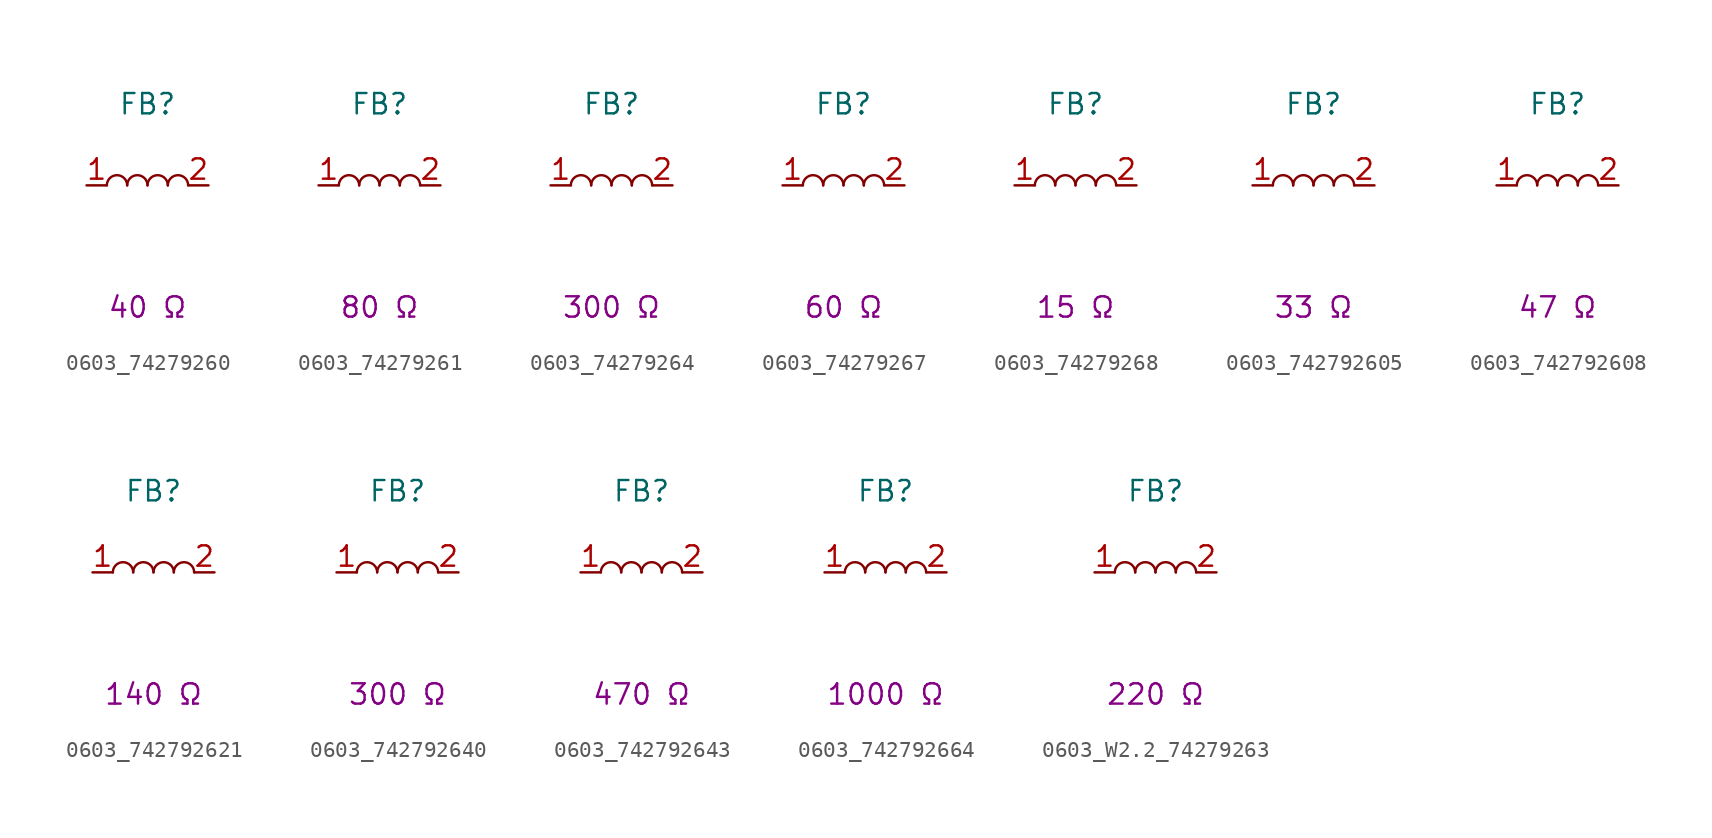
<source format=kicad_sym>
(kicad_symbol_lib
  (version 20220914)
  (generator kicad_symbol_editor)
  (symbol "0603_74279260"
    (pin_names hide)
    (property "Reference" "FB"
      (at 0 5.08 0)
      (effects (font (size 1.27 1.27))))
    (property "Critical Parameter" "40 Ω"
      (at 0 -7.62 0)
      (effects (font (size 1.27 1.27))))
    (symbol "0603_74279260_0_1"
      (arc (start -1.27 0) (mid -1.905 0.6323) (end -2.54 0) (stroke (width 0) (type default)) (fill (type none)))
      (arc (start 0 0) (mid -0.635 0.6323) (end -1.27 0) (stroke (width 0) (type default)) (fill (type none)))
      (arc (start 1.27 0) (mid 0.635 0.6323) (end 0 0) (stroke (width 0) (type default)) (fill (type none)))
      (arc (start 2.54 0) (mid 1.905 0.6323) (end 1.27 0) (stroke (width 0) (type default)) (fill (type none))))
    (symbol "0603_74279260_1_1"
      (pin passive line (at -3.81 0 0) (length 1.27) (name "1" (effects (font (size 1.27 1.27)))) (number "1" (effects (font (size 1.27 1.27)))))
      (pin passive line (at 3.81 0 180) (length 1.27) (name "2" (effects (font (size 1.27 1.27)))) (number "2" (effects (font (size 1.27 1.27)))))))
  (symbol "0603_74279261"
    (pin_names hide)
    (property "Reference" "FB"
      (at 0 5.08 0)
      (effects (font (size 1.27 1.27))))
    (property "Critical Parameter" "80 Ω"
      (at 0 -7.62 0)
      (effects (font (size 1.27 1.27))))
    (symbol "0603_74279261_0_1"
      (arc (start -1.27 0) (mid -1.905 0.6323) (end -2.54 0) (stroke (width 0) (type default)) (fill (type none)))
      (arc (start 0 0) (mid -0.635 0.6323) (end -1.27 0) (stroke (width 0) (type default)) (fill (type none)))
      (arc (start 1.27 0) (mid 0.635 0.6323) (end 0 0) (stroke (width 0) (type default)) (fill (type none)))
      (arc (start 2.54 0) (mid 1.905 0.6323) (end 1.27 0) (stroke (width 0) (type default)) (fill (type none))))
    (symbol "0603_74279261_1_1"
      (pin passive line (at -3.81 0 0) (length 1.27) (name "1" (effects (font (size 1.27 1.27)))) (number "1" (effects (font (size 1.27 1.27)))))
      (pin passive line (at 3.81 0 180) (length 1.27) (name "2" (effects (font (size 1.27 1.27)))) (number "2" (effects (font (size 1.27 1.27)))))))
  (symbol "0603_74279264"
    (pin_names hide)
    (property "Reference" "FB"
      (at 0 5.08 0)
      (effects (font (size 1.27 1.27))))
    (property "Critical Parameter" "300 Ω"
      (at 0 -7.62 0)
      (effects (font (size 1.27 1.27))))
    (symbol "0603_74279264_0_1"
      (arc (start -1.27 0) (mid -1.905 0.6323) (end -2.54 0) (stroke (width 0) (type default)) (fill (type none)))
      (arc (start 0 0) (mid -0.635 0.6323) (end -1.27 0) (stroke (width 0) (type default)) (fill (type none)))
      (arc (start 1.27 0) (mid 0.635 0.6323) (end 0 0) (stroke (width 0) (type default)) (fill (type none)))
      (arc (start 2.54 0) (mid 1.905 0.6323) (end 1.27 0) (stroke (width 0) (type default)) (fill (type none))))
    (symbol "0603_74279264_1_1"
      (pin passive line (at -3.81 0 0) (length 1.27) (name "1" (effects (font (size 1.27 1.27)))) (number "1" (effects (font (size 1.27 1.27)))))
      (pin passive line (at 3.81 0 180) (length 1.27) (name "2" (effects (font (size 1.27 1.27)))) (number "2" (effects (font (size 1.27 1.27)))))))
  (symbol "0603_74279267"
    (pin_names hide)
    (property "Reference" "FB"
      (at 0 5.08 0)
      (effects (font (size 1.27 1.27))))
    (property "Critical Parameter" "60 Ω"
      (at 0 -7.62 0)
      (effects (font (size 1.27 1.27))))
    (symbol "0603_74279267_0_1"
      (arc (start -1.27 0) (mid -1.905 0.6323) (end -2.54 0) (stroke (width 0) (type default)) (fill (type none)))
      (arc (start 0 0) (mid -0.635 0.6323) (end -1.27 0) (stroke (width 0) (type default)) (fill (type none)))
      (arc (start 1.27 0) (mid 0.635 0.6323) (end 0 0) (stroke (width 0) (type default)) (fill (type none)))
      (arc (start 2.54 0) (mid 1.905 0.6323) (end 1.27 0) (stroke (width 0) (type default)) (fill (type none))))
    (symbol "0603_74279267_1_1"
      (pin passive line (at -3.81 0 0) (length 1.27) (name "1" (effects (font (size 1.27 1.27)))) (number "1" (effects (font (size 1.27 1.27)))))
      (pin passive line (at 3.81 0 180) (length 1.27) (name "2" (effects (font (size 1.27 1.27)))) (number "2" (effects (font (size 1.27 1.27)))))))
  (symbol "0603_74279268"
    (pin_names hide)
    (property "Reference" "FB"
      (at 0 5.08 0)
      (effects (font (size 1.27 1.27))))
    (property "Critical Parameter" "15 Ω"
      (at 0 -7.62 0)
      (effects (font (size 1.27 1.27))))
    (symbol "0603_74279268_0_1"
      (arc (start -1.27 0) (mid -1.905 0.6323) (end -2.54 0) (stroke (width 0) (type default)) (fill (type none)))
      (arc (start 0 0) (mid -0.635 0.6323) (end -1.27 0) (stroke (width 0) (type default)) (fill (type none)))
      (arc (start 1.27 0) (mid 0.635 0.6323) (end 0 0) (stroke (width 0) (type default)) (fill (type none)))
      (arc (start 2.54 0) (mid 1.905 0.6323) (end 1.27 0) (stroke (width 0) (type default)) (fill (type none))))
    (symbol "0603_74279268_1_1"
      (pin passive line (at -3.81 0 0) (length 1.27) (name "1" (effects (font (size 1.27 1.27)))) (number "1" (effects (font (size 1.27 1.27)))))
      (pin passive line (at 3.81 0 180) (length 1.27) (name "2" (effects (font (size 1.27 1.27)))) (number "2" (effects (font (size 1.27 1.27)))))))
  (symbol "0603_742792605"
    (pin_names hide)
    (property "Reference" "FB"
      (at 0 5.08 0)
      (effects (font (size 1.27 1.27))))
    (property "Critical Parameter" "33 Ω"
      (at 0 -7.62 0)
      (effects (font (size 1.27 1.27))))
    (symbol "0603_742792605_0_1"
      (arc (start -1.27 0) (mid -1.905 0.6323) (end -2.54 0) (stroke (width 0) (type default)) (fill (type none)))
      (arc (start 0 0) (mid -0.635 0.6323) (end -1.27 0) (stroke (width 0) (type default)) (fill (type none)))
      (arc (start 1.27 0) (mid 0.635 0.6323) (end 0 0) (stroke (width 0) (type default)) (fill (type none)))
      (arc (start 2.54 0) (mid 1.905 0.6323) (end 1.27 0) (stroke (width 0) (type default)) (fill (type none))))
    (symbol "0603_742792605_1_1"
      (pin passive line (at -3.81 0 0) (length 1.27) (name "1" (effects (font (size 1.27 1.27)))) (number "1" (effects (font (size 1.27 1.27)))))
      (pin passive line (at 3.81 0 180) (length 1.27) (name "2" (effects (font (size 1.27 1.27)))) (number "2" (effects (font (size 1.27 1.27)))))))
  (symbol "0603_742792608"
    (pin_names hide)
    (property "Reference" "FB"
      (at 0 5.08 0)
      (effects (font (size 1.27 1.27))))
    (property "Critical Parameter" "47 Ω"
      (at 0 -7.62 0)
      (effects (font (size 1.27 1.27))))
    (symbol "0603_742792608_0_1"
      (arc (start -1.27 0) (mid -1.905 0.6323) (end -2.54 0) (stroke (width 0) (type default)) (fill (type none)))
      (arc (start 0 0) (mid -0.635 0.6323) (end -1.27 0) (stroke (width 0) (type default)) (fill (type none)))
      (arc (start 1.27 0) (mid 0.635 0.6323) (end 0 0) (stroke (width 0) (type default)) (fill (type none)))
      (arc (start 2.54 0) (mid 1.905 0.6323) (end 1.27 0) (stroke (width 0) (type default)) (fill (type none))))
    (symbol "0603_742792608_1_1"
      (pin passive line (at -3.81 0 0) (length 1.27) (name "1" (effects (font (size 1.27 1.27)))) (number "1" (effects (font (size 1.27 1.27)))))
      (pin passive line (at 3.81 0 180) (length 1.27) (name "2" (effects (font (size 1.27 1.27)))) (number "2" (effects (font (size 1.27 1.27)))))))
  (symbol "0603_742792621"
    (pin_names hide)
    (property "Reference" "FB"
      (at 0 5.08 0)
      (effects (font (size 1.27 1.27))))
    (property "Critical Parameter" "140 Ω"
      (at 0 -7.62 0)
      (effects (font (size 1.27 1.27))))
    (symbol "0603_742792621_0_1"
      (arc (start -1.27 0) (mid -1.905 0.6323) (end -2.54 0) (stroke (width 0) (type default)) (fill (type none)))
      (arc (start 0 0) (mid -0.635 0.6323) (end -1.27 0) (stroke (width 0) (type default)) (fill (type none)))
      (arc (start 1.27 0) (mid 0.635 0.6323) (end 0 0) (stroke (width 0) (type default)) (fill (type none)))
      (arc (start 2.54 0) (mid 1.905 0.6323) (end 1.27 0) (stroke (width 0) (type default)) (fill (type none))))
    (symbol "0603_742792621_1_1"
      (pin passive line (at -3.81 0 0) (length 1.27) (name "1" (effects (font (size 1.27 1.27)))) (number "1" (effects (font (size 1.27 1.27)))))
      (pin passive line (at 3.81 0 180) (length 1.27) (name "2" (effects (font (size 1.27 1.27)))) (number "2" (effects (font (size 1.27 1.27)))))))
  (symbol "0603_742792640"
    (pin_names hide)
    (property "Reference" "FB"
      (at 0 5.08 0)
      (effects (font (size 1.27 1.27))))
    (property "Critical Parameter" "300 Ω"
      (at 0 -7.62 0)
      (effects (font (size 1.27 1.27))))
    (symbol "0603_742792640_0_1"
      (arc (start -1.27 0) (mid -1.905 0.6323) (end -2.54 0) (stroke (width 0) (type default)) (fill (type none)))
      (arc (start 0 0) (mid -0.635 0.6323) (end -1.27 0) (stroke (width 0) (type default)) (fill (type none)))
      (arc (start 1.27 0) (mid 0.635 0.6323) (end 0 0) (stroke (width 0) (type default)) (fill (type none)))
      (arc (start 2.54 0) (mid 1.905 0.6323) (end 1.27 0) (stroke (width 0) (type default)) (fill (type none))))
    (symbol "0603_742792640_1_1"
      (pin passive line (at -3.81 0 0) (length 1.27) (name "1" (effects (font (size 1.27 1.27)))) (number "1" (effects (font (size 1.27 1.27)))))
      (pin passive line (at 3.81 0 180) (length 1.27) (name "2" (effects (font (size 1.27 1.27)))) (number "2" (effects (font (size 1.27 1.27)))))))
  (symbol "0603_742792643"
    (pin_names hide)
    (property "Reference" "FB"
      (at 0 5.08 0)
      (effects (font (size 1.27 1.27))))
    (property "Critical Parameter" "470 Ω"
      (at 0 -7.62 0)
      (effects (font (size 1.27 1.27))))
    (symbol "0603_742792643_0_1"
      (arc (start -1.27 0) (mid -1.905 0.6323) (end -2.54 0) (stroke (width 0) (type default)) (fill (type none)))
      (arc (start 0 0) (mid -0.635 0.6323) (end -1.27 0) (stroke (width 0) (type default)) (fill (type none)))
      (arc (start 1.27 0) (mid 0.635 0.6323) (end 0 0) (stroke (width 0) (type default)) (fill (type none)))
      (arc (start 2.54 0) (mid 1.905 0.6323) (end 1.27 0) (stroke (width 0) (type default)) (fill (type none))))
    (symbol "0603_742792643_1_1"
      (pin passive line (at -3.81 0 0) (length 1.27) (name "1" (effects (font (size 1.27 1.27)))) (number "1" (effects (font (size 1.27 1.27)))))
      (pin passive line (at 3.81 0 180) (length 1.27) (name "2" (effects (font (size 1.27 1.27)))) (number "2" (effects (font (size 1.27 1.27)))))))
  (symbol "0603_742792664"
    (pin_names hide)
    (property "Reference" "FB"
      (at 0 5.08 0)
      (effects (font (size 1.27 1.27))))
    (property "Critical Parameter" "1000 Ω"
      (at 0 -7.62 0)
      (effects (font (size 1.27 1.27))))
    (symbol "0603_742792664_0_1"
      (arc (start -1.27 0) (mid -1.905 0.6323) (end -2.54 0) (stroke (width 0) (type default)) (fill (type none)))
      (arc (start 0 0) (mid -0.635 0.6323) (end -1.27 0) (stroke (width 0) (type default)) (fill (type none)))
      (arc (start 1.27 0) (mid 0.635 0.6323) (end 0 0) (stroke (width 0) (type default)) (fill (type none)))
      (arc (start 2.54 0) (mid 1.905 0.6323) (end 1.27 0) (stroke (width 0) (type default)) (fill (type none))))
    (symbol "0603_742792664_1_1"
      (pin passive line (at -3.81 0 0) (length 1.27) (name "1" (effects (font (size 1.27 1.27)))) (number "1" (effects (font (size 1.27 1.27)))))
      (pin passive line (at 3.81 0 180) (length 1.27) (name "2" (effects (font (size 1.27 1.27)))) (number "2" (effects (font (size 1.27 1.27)))))))
  (symbol "0603_W2.2_74279263"
    (pin_names hide)
    (property "Reference" "FB"
      (at 0 5.08 0)
      (effects (font (size 1.27 1.27))))
    (property "Critical Parameter" "220 Ω"
      (at 0 -7.62 0)
      (effects (font (size 1.27 1.27))))
    (symbol "0603_W2.2_74279263_0_1"
      (arc (start -1.27 0) (mid -1.905 0.6323) (end -2.54 0) (stroke (width 0) (type default)) (fill (type none)))
      (arc (start 0 0) (mid -0.635 0.6323) (end -1.27 0) (stroke (width 0) (type default)) (fill (type none)))
      (arc (start 1.27 0) (mid 0.635 0.6323) (end 0 0) (stroke (width 0) (type default)) (fill (type none)))
      (arc (start 2.54 0) (mid 1.905 0.6323) (end 1.27 0) (stroke (width 0) (type default)) (fill (type none))))
    (symbol "0603_W2.2_74279263_1_1"
      (pin passive line (at -3.81 0 0) (length 1.27) (name "1" (effects (font (size 1.27 1.27)))) (number "1" (effects (font (size 1.27 1.27)))))
      (pin passive line (at 3.81 0 180) (length 1.27) (name "2" (effects (font (size 1.27 1.27)))) (number "2" (effects (font (size 1.27 1.27))))))))
</source>
